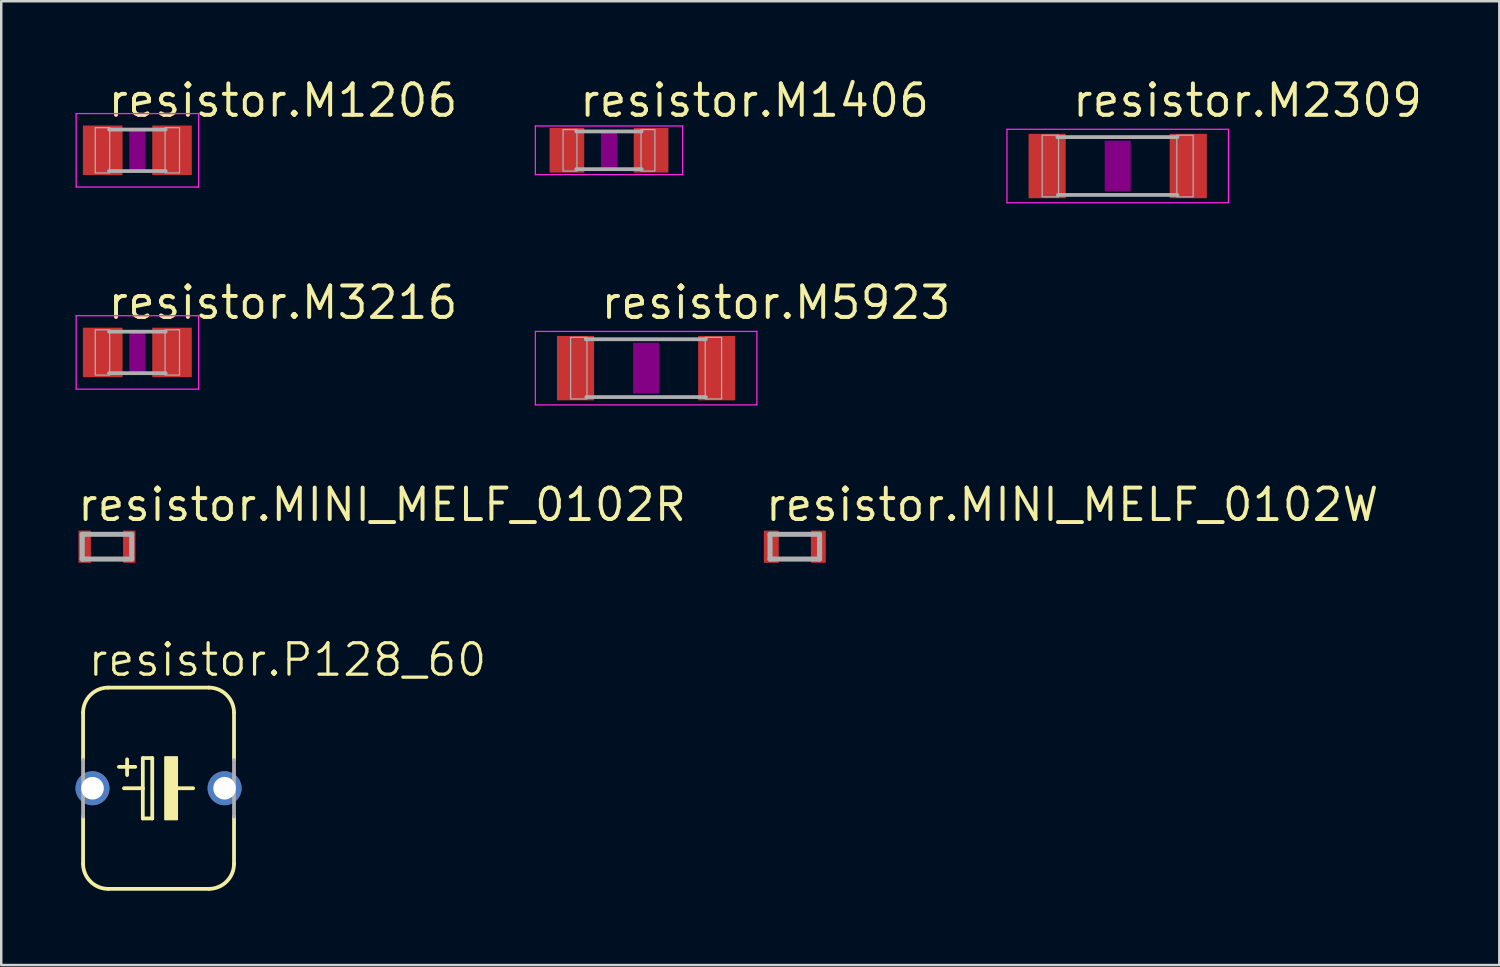
<source format=kicad_pcb>
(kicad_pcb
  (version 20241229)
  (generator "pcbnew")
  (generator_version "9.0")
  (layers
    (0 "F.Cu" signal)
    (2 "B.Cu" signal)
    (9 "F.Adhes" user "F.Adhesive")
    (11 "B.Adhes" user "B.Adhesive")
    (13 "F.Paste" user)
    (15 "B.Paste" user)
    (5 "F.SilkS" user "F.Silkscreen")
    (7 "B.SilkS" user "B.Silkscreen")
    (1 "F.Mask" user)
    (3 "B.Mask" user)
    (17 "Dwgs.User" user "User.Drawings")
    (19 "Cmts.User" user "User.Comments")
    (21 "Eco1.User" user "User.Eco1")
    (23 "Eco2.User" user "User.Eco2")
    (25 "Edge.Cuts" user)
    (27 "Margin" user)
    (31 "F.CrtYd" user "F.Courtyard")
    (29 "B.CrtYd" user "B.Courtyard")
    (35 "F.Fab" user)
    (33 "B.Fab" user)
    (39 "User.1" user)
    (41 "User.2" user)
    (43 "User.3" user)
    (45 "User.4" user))
  (footprint "resistor.M1206"
    (layer "F.Cu")
    (at 2.498 3.02)
    (property "Reference" "resistor.M1206" (at -1.27 -1.27 0) (layer "F.SilkS") (effects (font (size 1.27 1.27) (thickness 0.16)) (justify left bottom)))
    (attr smd)
    (fp_rect (start -0.3 0.8) (end 0.3 -0.8) (stroke (width 0.05) (type default)) (fill yes) (layer "F.Adhes"))
    (fp_line (start -2.473 -1.483) (end 2.473 -1.483) (stroke (width 0.051) (type default)) (layer "F.CrtYd"))
    (fp_line (start -2.473 1.483) (end -2.473 -1.483) (stroke (width 0.051) (type default)) (layer "F.CrtYd"))
    (fp_line (start 2.473 -1.483) (end 2.473 1.483) (stroke (width 0.051) (type default)) (layer "F.CrtYd"))
    (fp_line (start 2.473 1.483) (end -2.473 1.483) (stroke (width 0.051) (type default)) (layer "F.CrtYd"))
    (fp_line (start 1.143 -0.838) (end -1.143 -0.838) (stroke (width 0.152) (type default)) (layer "F.Fab"))
    (fp_line (start 1.143 0.838) (end -1.143 0.838) (stroke (width 0.152) (type default)) (layer "F.Fab"))
    (fp_rect (start -1.702 0.914) (end -1.118 -0.914) (stroke (width 0.05) (type default)) (fill no) (layer "F.Fab"))
    (fp_rect (start 1.118 0.914) (end 1.702 -0.914) (stroke (width 0.05) (type default)) (fill no) (layer "F.Fab"))
    (pad "1" smd roundrect (at -1.4 0) (size 1.6 2) (layers "F.Cu" "F.Mask" "F.Paste") (roundrect_rratio 0.01))
    (pad "2" smd roundrect (at 1.4 0) (size 1.6 2) (layers "F.Cu" "F.Mask" "F.Paste") (roundrect_rratio 0.01)))
  (footprint "resistor.M1406"
    (layer "F.Cu")
    (at 21.544 3.02)
    (property "Reference" "resistor.M1406" (at -1.27 -1.27 0) (layer "F.SilkS") (effects (font (size 1.27 1.27) (thickness 0.16)) (justify left bottom)))
    (attr smd)
    (fp_rect (start -0.3 0.7) (end 0.3 -0.7) (stroke (width 0.05) (type default)) (fill yes) (layer "F.Adhes"))
    (fp_line (start -2.973 -0.983) (end 2.973 -0.983) (stroke (width 0.051) (type default)) (layer "F.CrtYd"))
    (fp_line (start -2.973 0.983) (end -2.973 -0.983) (stroke (width 0.051) (type default)) (layer "F.CrtYd"))
    (fp_line (start 2.973 -0.983) (end 2.973 0.983) (stroke (width 0.051) (type default)) (layer "F.CrtYd"))
    (fp_line (start 2.973 0.983) (end -2.973 0.983) (stroke (width 0.051) (type default)) (layer "F.CrtYd"))
    (fp_line (start 1.321 -0.762) (end -1.321 -0.762) (stroke (width 0.152) (type default)) (layer "F.Fab"))
    (fp_line (start 1.321 0.762) (end -1.321 0.762) (stroke (width 0.152) (type default)) (layer "F.Fab"))
    (fp_rect (start -1.854 0.838) (end -1.295 -0.838) (stroke (width 0.05) (type default)) (fill no) (layer "F.Fab"))
    (fp_rect (start 1.295 0.838) (end 1.854 -0.838) (stroke (width 0.05) (type default)) (fill no) (layer "F.Fab"))
    (pad "1" smd roundrect (at -1.7 0) (size 1.4 1.8) (layers "F.Cu" "F.Mask" "F.Paste") (roundrect_rratio 0.01))
    (pad "2" smd roundrect (at 1.7 0) (size 1.4 1.8) (layers "F.Cu" "F.Mask" "F.Paste") (roundrect_rratio 0.01)))
  (footprint "resistor.P128_60"
    (layer "F.Cu")
    (at 3.353 28.784)
    (property "Reference" "resistor.P128_60" (at -2.921 -4.445 0) (layer "F.SilkS") (effects (font (size 1.27 1.27) (thickness 0.13)) (justify left bottom)))
    (attr through_hole)
    (fp_line (start -3.048 -3.048) (end -3.048 -1.143) (stroke (width 0.152) (type default)) (layer "F.SilkS"))
    (fp_line (start -3.048 1.143) (end -3.048 3.048) (stroke (width 0.152) (type default)) (layer "F.SilkS"))
    (fp_line (start -2.032 4.064) (end 2.032 4.064) (stroke (width 0.152) (type default)) (layer "F.SilkS"))
    (fp_line (start -1.397 0) (end -0.635 0) (stroke (width 0.152) (type default)) (layer "F.SilkS"))
    (fp_line (start -1.27 -1.168) (end -1.27 -0.533) (stroke (width 0.152) (type default)) (layer "F.SilkS"))
    (fp_line (start -0.94 -0.864) (end -1.6 -0.864) (stroke (width 0.152) (type default)) (layer "F.SilkS"))
    (fp_line (start -0.635 -1.219) (end -0.635 0) (stroke (width 0.152) (type default)) (layer "F.SilkS"))
    (fp_line (start -0.635 0) (end -0.635 1.219) (stroke (width 0.152) (type default)) (layer "F.SilkS"))
    (fp_line (start -0.635 1.219) (end -0.254 1.219) (stroke (width 0.152) (type default)) (layer "F.SilkS"))
    (fp_line (start -0.254 -1.219) (end -0.635 -1.219) (stroke (width 0.152) (type default)) (layer "F.SilkS"))
    (fp_line (start -0.254 1.219) (end -0.254 -1.219) (stroke (width 0.152) (type default)) (layer "F.SilkS"))
    (fp_line (start 0.635 0) (end 1.397 0) (stroke (width 0.152) (type default)) (layer "F.SilkS"))
    (fp_line (start 2.032 -4.064) (end -2.032 -4.064) (stroke (width 0.152) (type default)) (layer "F.SilkS"))
    (fp_line (start 3.048 -3.048) (end 3.048 -1.143) (stroke (width 0.152) (type default)) (layer "F.SilkS"))
    (fp_line (start 3.048 1.143) (end 3.048 3.048) (stroke (width 0.152) (type default)) (layer "F.SilkS"))
    (fp_rect (start 0.254 1.27) (end 0.762 -1.27) (stroke (width 0.05) (type default)) (fill yes) (layer "F.SilkS"))
    (fp_arc (start -3.048 -3.048) (mid -2.75042 -3.76642) (end -2.032 -4.064) (stroke (width 0.1524) (type default)) (layer "F.SilkS"))
    (fp_arc (start -2.032 4.064) (mid -2.75042 3.76642) (end -3.048 3.048) (stroke (width 0.1524) (type default)) (layer "F.SilkS"))
    (fp_arc (start 2.032 -4.064) (mid 2.75042 -3.76642) (end 3.048 -3.048) (stroke (width 0.1524) (type default)) (layer "F.SilkS"))
    (fp_arc (start 3.048 3.048) (mid 2.75042 3.76642) (end 2.032 4.064) (stroke (width 0.1524) (type default)) (layer "F.SilkS"))
    (fp_line (start -3.048 1.143) (end -3.048 -1.143) (stroke (width 0.152) (type default)) (layer "F.Fab"))
    (fp_line (start 3.048 1.143) (end 3.048 -1.143) (stroke (width 0.152) (type default)) (layer "F.Fab"))
    (pad "+" thru_hole circle (at -2.667 0) (size 1.372 1.372) (drill 0.914) (layers "*.Cu" "*.Mask"))
    (pad "-" thru_hole circle (at 2.667 0) (size 1.372 1.372) (drill 0.914) (layers "*.Cu" "*.Mask")))
  (footprint "resistor.M3216"
    (layer "F.Cu")
    (at 2.498 11.183)
    (property "Reference" "resistor.M3216" (at -1.27 -1.27 0) (layer "F.SilkS") (effects (font (size 1.27 1.27) (thickness 0.16)) (justify left bottom)))
    (attr smd)
    (fp_rect (start -0.3 0.8) (end 0.3 -0.8) (stroke (width 0.05) (type default)) (fill yes) (layer "F.Adhes"))
    (fp_line (start -2.473 -1.483) (end 2.473 -1.483) (stroke (width 0.051) (type default)) (layer "F.CrtYd"))
    (fp_line (start -2.473 1.483) (end -2.473 -1.483) (stroke (width 0.051) (type default)) (layer "F.CrtYd"))
    (fp_line (start 2.473 -1.483) (end 2.473 1.483) (stroke (width 0.051) (type default)) (layer "F.CrtYd"))
    (fp_line (start 2.473 1.483) (end -2.473 1.483) (stroke (width 0.051) (type default)) (layer "F.CrtYd"))
    (fp_line (start 1.143 -0.838) (end -1.143 -0.838) (stroke (width 0.152) (type default)) (layer "F.Fab"))
    (fp_line (start 1.143 0.838) (end -1.143 0.838) (stroke (width 0.152) (type default)) (layer "F.Fab"))
    (fp_rect (start -1.702 0.914) (end -1.118 -0.914) (stroke (width 0.05) (type default)) (fill no) (layer "F.Fab"))
    (fp_rect (start 1.118 0.914) (end 1.702 -0.914) (stroke (width 0.05) (type default)) (fill no) (layer "F.Fab"))
    (pad "1" smd roundrect (at -1.4 0) (size 1.6 2) (layers "F.Cu" "F.Mask" "F.Paste") (roundrect_rratio 0.01))
    (pad "2" smd roundrect (at 1.4 0) (size 1.6 2) (layers "F.Cu" "F.Mask" "F.Paste") (roundrect_rratio 0.01)))
  (footprint "resistor.M2309"
    (layer "F.Cu")
    (at 42.089 3.655)
    (property "Reference" "resistor.M2309" (at -1.905 -1.905 0) (layer "F.SilkS") (effects (font (size 1.27 1.27) (thickness 0.16)) (justify left bottom)))
    (attr smd)
    (fp_rect (start -0.5 1) (end 0.5 -1) (stroke (width 0.05) (type default)) (fill yes) (layer "F.Adhes"))
    (fp_line (start -4.473 -1.483) (end 4.473 -1.483) (stroke (width 0.051) (type default)) (layer "F.CrtYd"))
    (fp_line (start -4.473 1.483) (end -4.473 -1.483) (stroke (width 0.051) (type default)) (layer "F.CrtYd"))
    (fp_line (start 4.473 -1.483) (end 4.473 1.483) (stroke (width 0.051) (type default)) (layer "F.CrtYd"))
    (fp_line (start 4.473 1.483) (end -4.473 1.483) (stroke (width 0.051) (type default)) (layer "F.CrtYd"))
    (fp_line (start 2.413 -1.168) (end -2.438 -1.168) (stroke (width 0.152) (type default)) (layer "F.Fab"))
    (fp_line (start 2.413 1.168) (end -2.413 1.168) (stroke (width 0.152) (type default)) (layer "F.Fab"))
    (fp_rect (start -3.048 1.245) (end -2.388 -1.245) (stroke (width 0.05) (type default)) (fill no) (layer "F.Fab"))
    (fp_rect (start 2.388 1.245) (end 3.048 -1.245) (stroke (width 0.05) (type default)) (fill no) (layer "F.Fab"))
    (pad "1" smd roundrect (at -2.85 0) (size 1.5 2.6) (layers "F.Cu" "F.Mask" "F.Paste") (roundrect_rratio 0.01))
    (pad "2" smd roundrect (at 2.85 0) (size 1.5 2.6) (layers "F.Cu" "F.Mask" "F.Paste") (roundrect_rratio 0.01)))
  (footprint "resistor.M5923"
    (layer "F.Cu")
    (at 23.044 11.818)
    (property "Reference" "resistor.M5923" (at -1.905 -1.905 0) (layer "F.SilkS") (effects (font (size 1.27 1.27) (thickness 0.16)) (justify left bottom)))
    (attr smd)
    (fp_rect (start -0.5 1) (end 0.5 -1) (stroke (width 0.05) (type default)) (fill yes) (layer "F.Adhes"))
    (fp_line (start -4.473 -1.483) (end 4.473 -1.483) (stroke (width 0.051) (type default)) (layer "F.CrtYd"))
    (fp_line (start -4.473 1.483) (end -4.473 -1.483) (stroke (width 0.051) (type default)) (layer "F.CrtYd"))
    (fp_line (start 4.473 -1.483) (end 4.473 1.483) (stroke (width 0.051) (type default)) (layer "F.CrtYd"))
    (fp_line (start 4.473 1.483) (end -4.473 1.483) (stroke (width 0.051) (type default)) (layer "F.CrtYd"))
    (fp_line (start 2.413 -1.168) (end -2.438 -1.168) (stroke (width 0.152) (type default)) (layer "F.Fab"))
    (fp_line (start 2.413 1.168) (end -2.413 1.168) (stroke (width 0.152) (type default)) (layer "F.Fab"))
    (fp_rect (start -3.048 1.245) (end -2.388 -1.245) (stroke (width 0.05) (type default)) (fill no) (layer "F.Fab"))
    (fp_rect (start 2.388 1.245) (end 3.048 -1.245) (stroke (width 0.05) (type default)) (fill no) (layer "F.Fab"))
    (pad "1" smd roundrect (at -2.85 0) (size 1.5 2.6) (layers "F.Cu" "F.Mask" "F.Paste") (roundrect_rratio 0.01))
    (pad "2" smd roundrect (at 2.85 0) (size 1.5 2.6) (layers "F.Cu" "F.Mask" "F.Paste") (roundrect_rratio 0.01)))
  (footprint "resistor.MINI_MELF_0102W"
    (layer "F.Cu")
    (at 29.049 19.029)
    (property "Reference" "resistor.MINI_MELF_0102W" (at -1.27 -0.953 0) (layer "F.SilkS") (effects (font (size 1.27 1.27) (thickness 0.16)) (justify left bottom)))
    (attr smd)
    (fp_line (start -1 -0.5) (end -1 0.5) (stroke (width 0.203) (type default)) (layer "F.Fab"))
    (fp_line (start -1 0.5) (end 1 0.5) (stroke (width 0.203) (type default)) (layer "F.Fab"))
    (fp_line (start 1 -0.5) (end -1 -0.5) (stroke (width 0.203) (type default)) (layer "F.Fab"))
    (fp_line (start 1 0.5) (end 1 -0.5) (stroke (width 0.203) (type default)) (layer "F.Fab"))
    (pad "1" smd roundrect (at -0.95 0) (size 0.6 1.3) (layers "F.Cu" "F.Mask" "F.Paste") (roundrect_rratio 0.01))
    (pad "2" smd roundrect (at 0.95 0) (size 0.6 1.3) (layers "F.Cu" "F.Mask" "F.Paste") (roundrect_rratio 0.01)))
  (footprint "resistor.MINI_MELF_0102R"
    (layer "F.Cu")
    (at 1.27 19.029)
    (property "Reference" "resistor.MINI_MELF_0102R" (at -1.27 -0.953 0) (layer "F.SilkS") (effects (font (size 1.27 1.27) (thickness 0.16)) (justify left bottom)))
    (attr smd)
    (fp_line (start -1 -0.5) (end -1 0.5) (stroke (width 0.203) (type default)) (layer "F.Fab"))
    (fp_line (start -1 0.5) (end 1 0.5) (stroke (width 0.203) (type default)) (layer "F.Fab"))
    (fp_line (start 1 -0.5) (end -1 -0.5) (stroke (width 0.203) (type default)) (layer "F.Fab"))
    (fp_line (start 1 0.5) (end 1 -0.5) (stroke (width 0.203) (type default)) (layer "F.Fab"))
    (pad "1" smd roundrect (at -0.9 0) (size 0.5 1.3) (layers "F.Cu" "F.Mask" "F.Paste") (roundrect_rratio 0.01))
    (pad "2" smd roundrect (at 0.9 0) (size 0.5 1.3) (layers "F.Cu" "F.Mask" "F.Paste") (roundrect_rratio 0.01)))
  (gr_rect
    (start -3 -3)
    (end 57.501 35.925)
    (stroke (width 0.1) (type default))
    (fill no)
    (layer "Edge.Cuts")))
</source>
